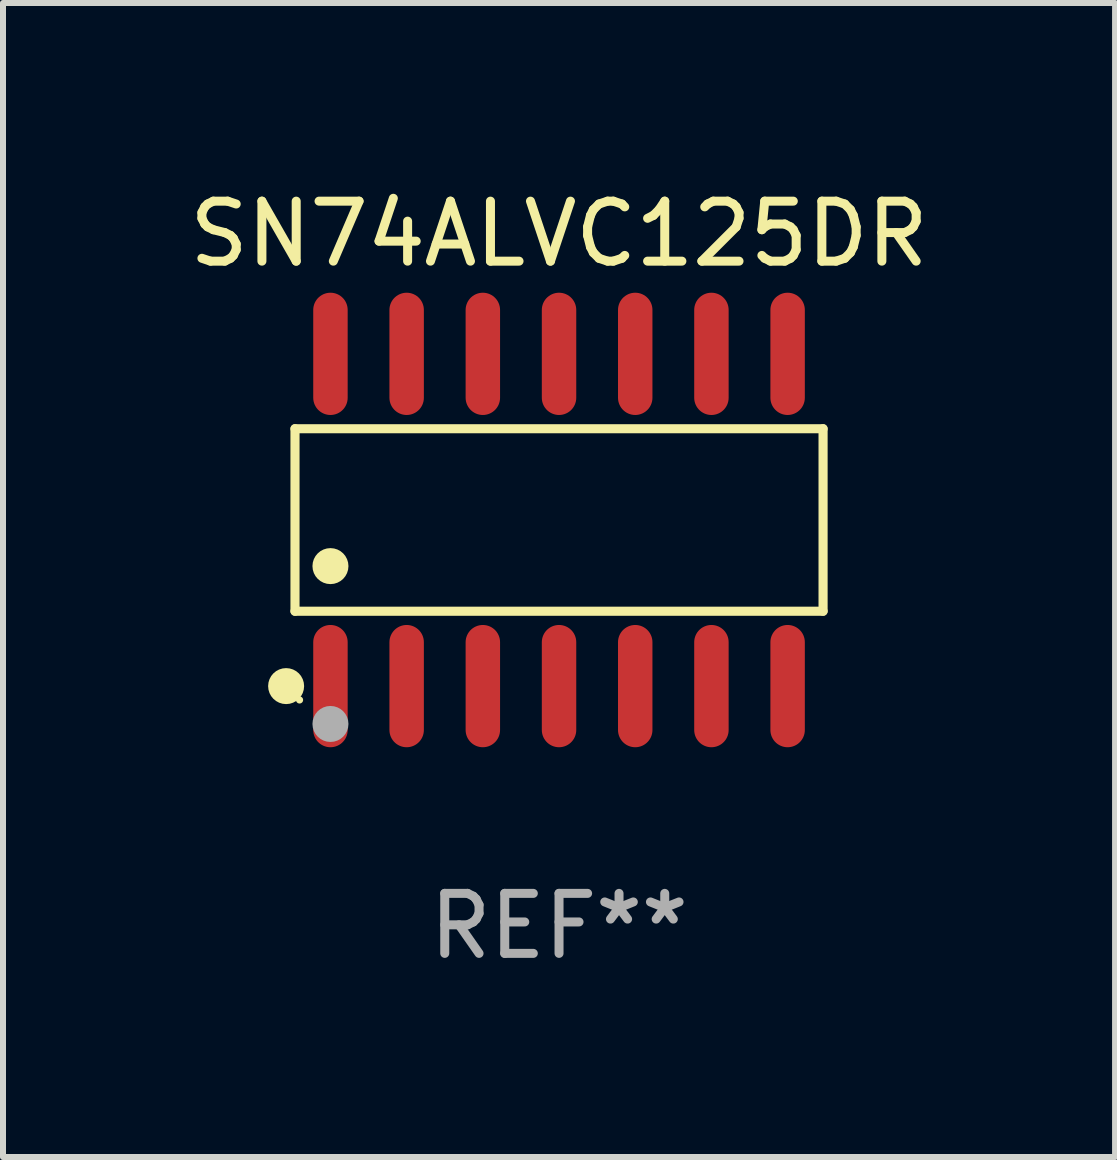
<source format=kicad_pcb>
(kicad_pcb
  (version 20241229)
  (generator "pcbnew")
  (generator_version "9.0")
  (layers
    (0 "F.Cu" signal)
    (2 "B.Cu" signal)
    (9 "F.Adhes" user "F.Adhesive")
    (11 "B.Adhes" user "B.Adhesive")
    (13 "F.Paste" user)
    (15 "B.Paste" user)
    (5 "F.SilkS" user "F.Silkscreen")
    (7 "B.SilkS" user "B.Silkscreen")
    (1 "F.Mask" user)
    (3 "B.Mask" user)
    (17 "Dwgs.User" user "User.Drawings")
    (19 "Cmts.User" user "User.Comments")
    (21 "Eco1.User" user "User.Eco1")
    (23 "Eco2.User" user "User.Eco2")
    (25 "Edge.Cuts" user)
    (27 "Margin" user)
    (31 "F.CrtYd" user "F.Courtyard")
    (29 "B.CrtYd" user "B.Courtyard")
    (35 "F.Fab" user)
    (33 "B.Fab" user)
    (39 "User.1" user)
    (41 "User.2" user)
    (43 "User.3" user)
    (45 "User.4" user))
  (footprint "SN74ALVC125DR"
    (layer "F.Cu")
    (at 6.268 5.617)
    (property "Reference" "SN74ALVC125DR" (at 0 -4.769 0) (layer "F.SilkS") (effects (font (size 1 1) (thickness 0.15))))
    (attr through_hole)
    (fp_line (start -4.401 -1.521) (end 4.401 -1.521) (stroke (width 0.152) (type solid)) (layer "F.SilkS"))
    (fp_line (start -4.401 1.521) (end -4.401 -1.521) (stroke (width 0.152) (type solid)) (layer "F.SilkS"))
    (fp_line (start 4.401 -1.521) (end 4.401 1.521) (stroke (width 0.152) (type solid)) (layer "F.SilkS"))
    (fp_line (start 4.401 1.521) (end -4.401 1.521) (stroke (width 0.152) (type solid)) (layer "F.SilkS"))
    (fp_circle (center -4.549 2.769) (end -4.399 2.769) (stroke (width 0.3) (type solid)) (fill no) (layer "F.SilkS"))
    (fp_circle (center -4.325 3) (end -4.295 3) (stroke (width 0.06) (type solid)) (fill no) (layer "F.SilkS"))
    (fp_circle (center -3.81 0.769) (end -3.66 0.769) (stroke (width 0.3) (type solid)) (fill no) (layer "F.SilkS"))
    (fp_circle (center -3.81 3.4) (end -3.66 3.4) (stroke (width 0.3) (type solid)) (fill no) (layer "F.Fab"))
    (fp_text user "REF**" (at 0 6.769 0) (layer "F.Fab") (effects (font (size 1 1) (thickness 0.15))))
    (pad "1" smd oval (at -3.81 2.769) (size 0.574 2.038) (layers "F.Cu" "F.Mask" "F.Paste"))
    (pad "2" smd oval (at -2.54 2.769) (size 0.574 2.038) (layers "F.Cu" "F.Mask" "F.Paste"))
    (pad "3" smd oval (at -1.27 2.769) (size 0.574 2.038) (layers "F.Cu" "F.Mask" "F.Paste"))
    (pad "4" smd oval (at 0 2.769) (size 0.574 2.038) (layers "F.Cu" "F.Mask" "F.Paste"))
    (pad "5" smd oval (at 1.27 2.769) (size 0.574 2.038) (layers "F.Cu" "F.Mask" "F.Paste"))
    (pad "6" smd oval (at 2.54 2.769) (size 0.574 2.038) (layers "F.Cu" "F.Mask" "F.Paste"))
    (pad "7" smd oval (at 3.81 2.769) (size 0.574 2.038) (layers "F.Cu" "F.Mask" "F.Paste"))
    (pad "8" smd oval (at 3.81 -2.769) (size 0.574 2.038) (layers "F.Cu" "F.Mask" "F.Paste"))
    (pad "9" smd oval (at 2.54 -2.769) (size 0.574 2.038) (layers "F.Cu" "F.Mask" "F.Paste"))
    (pad "10" smd oval (at 1.27 -2.769) (size 0.574 2.038) (layers "F.Cu" "F.Mask" "F.Paste"))
    (pad "11" smd oval (at 0 -2.769) (size 0.574 2.038) (layers "F.Cu" "F.Mask" "F.Paste"))
    (pad "12" smd oval (at -1.27 -2.769) (size 0.574 2.038) (layers "F.Cu" "F.Mask" "F.Paste"))
    (pad "13" smd oval (at -2.54 -2.769) (size 0.574 2.038) (layers "F.Cu" "F.Mask" "F.Paste"))
    (pad "14" smd oval (at -3.81 -2.769) (size 0.574 2.038) (layers "F.Cu" "F.Mask" "F.Paste")))
  (gr_rect
    (start -3 -3)
    (end 15.536 16.235)
    (stroke (width 0.1) (type default))
    (fill no)
    (layer "Edge.Cuts")))
</source>
